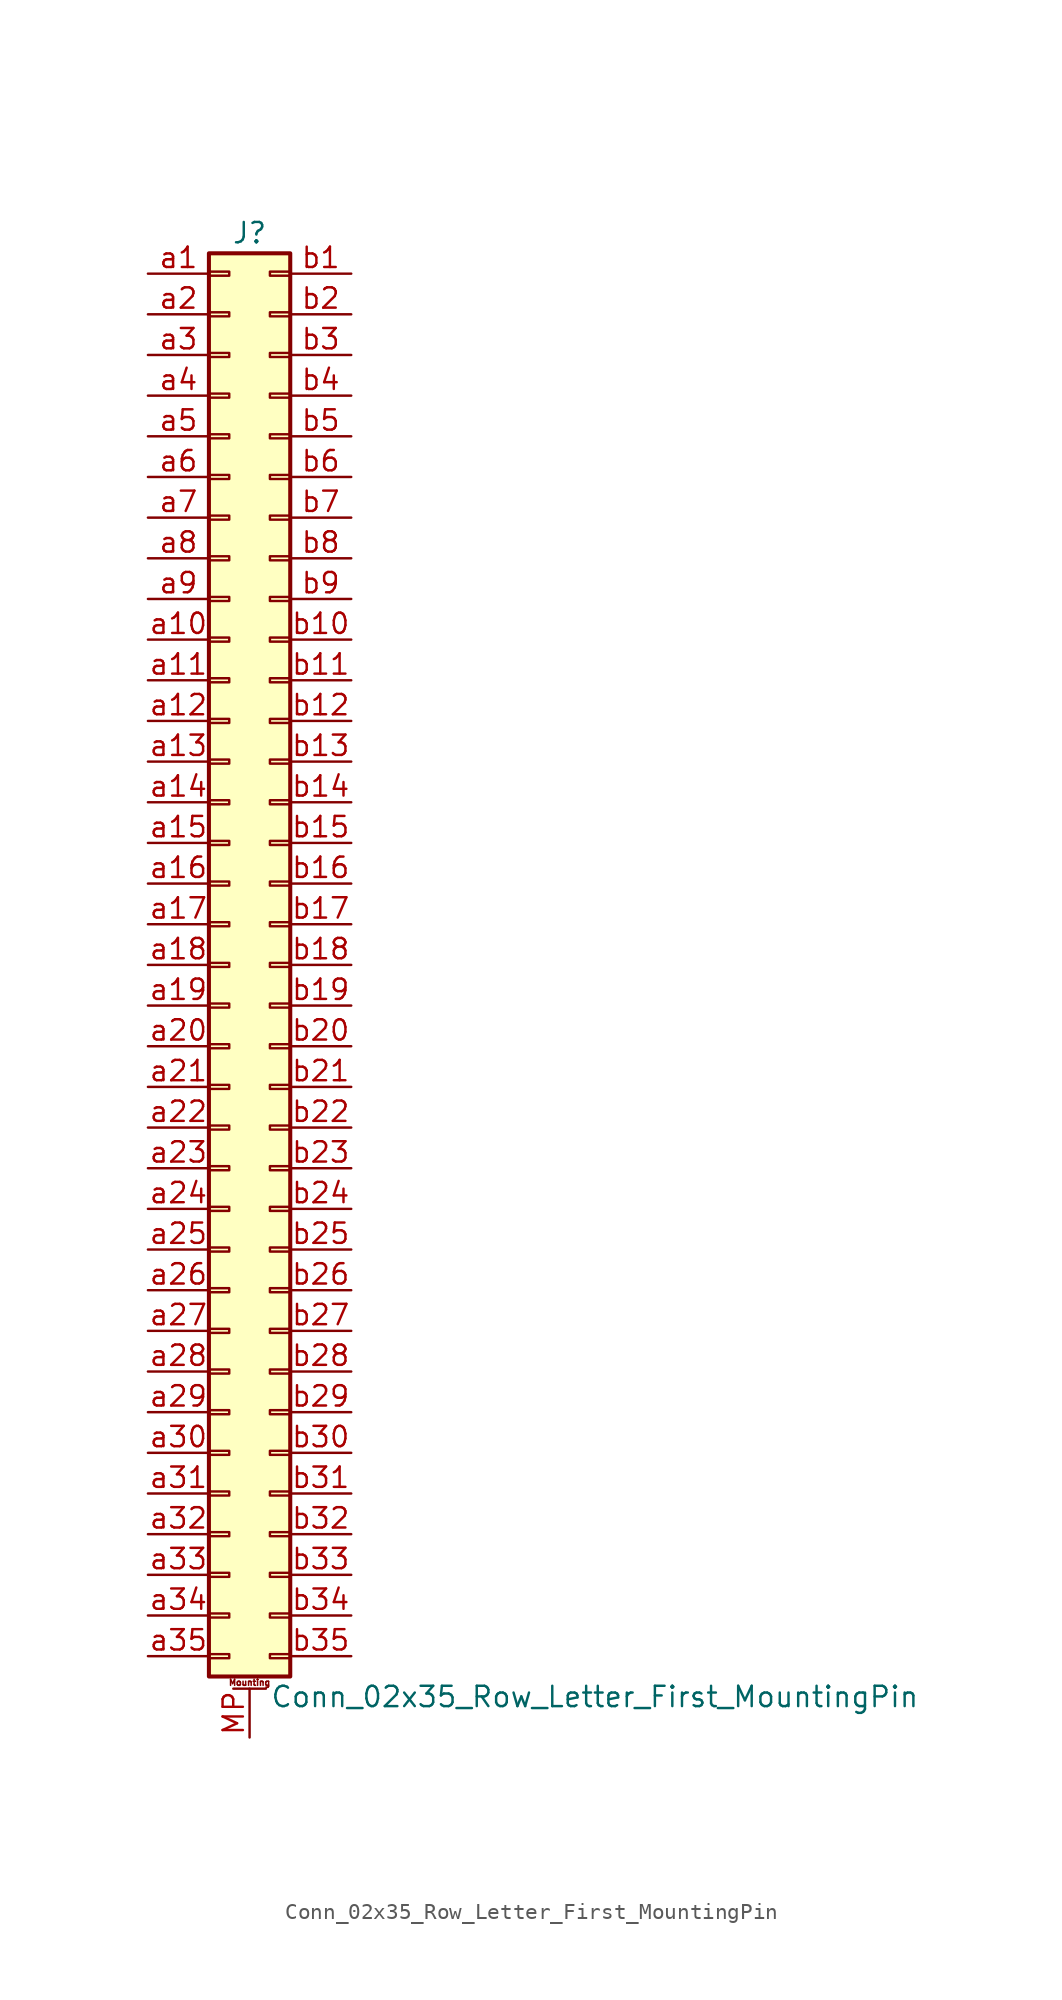
<source format=kicad_sym>
(kicad_symbol_lib
  (version 20201005)
  (generator kicad_symbol_editor)
  (symbol "Conn_02x35_Row_Letter_First_MountingPin"
    (pin_names
      (offset 1.016) hide)
    (property "Reference" "J"
      (at 1.27 45.72 0)
      (effects (font (size 1.27 1.27))))
    (property "Value" "Conn_02x35_Row_Letter_First_MountingPin"
      (at 2.54 -45.72 0)
      (effects (font (size 1.27 1.27)) (justify left)))
    (symbol "Conn_02x35_Row_Letter_First_MountingPin_1_1"
      (text "Mounting" (at 1.27 -44.831 0) (effects (font (size 0.381 0.381))))
      (rectangle (start -1.27 -43.053) (end 0 -43.307) (stroke (width 0.152)) (fill (type none)))
      (rectangle (start -1.27 -40.513) (end 0 -40.767) (stroke (width 0.152)) (fill (type none)))
      (rectangle (start -1.27 -37.973) (end 0 -38.227) (stroke (width 0.152)) (fill (type none)))
      (rectangle (start -1.27 -35.433) (end 0 -35.687) (stroke (width 0.152)) (fill (type none)))
      (rectangle (start -1.27 -32.893) (end 0 -33.147) (stroke (width 0.152)) (fill (type none)))
      (rectangle (start -1.27 -30.353) (end 0 -30.607) (stroke (width 0.152)) (fill (type none)))
      (rectangle (start -1.27 -27.813) (end 0 -28.067) (stroke (width 0.152)) (fill (type none)))
      (rectangle (start -1.27 -25.273) (end 0 -25.527) (stroke (width 0.152)) (fill (type none)))
      (rectangle (start -1.27 -22.733) (end 0 -22.987) (stroke (width 0.152)) (fill (type none)))
      (rectangle (start -1.27 -20.193) (end 0 -20.447) (stroke (width 0.152)) (fill (type none)))
      (rectangle (start -1.27 -17.653) (end 0 -17.907) (stroke (width 0.152)) (fill (type none)))
      (rectangle (start -1.27 -15.113) (end 0 -15.367) (stroke (width 0.152)) (fill (type none)))
      (rectangle (start -1.27 -12.573) (end 0 -12.827) (stroke (width 0.152)) (fill (type none)))
      (rectangle (start -1.27 -10.033) (end 0 -10.287) (stroke (width 0.152)) (fill (type none)))
      (rectangle (start -1.27 -7.493) (end 0 -7.747) (stroke (width 0.152)) (fill (type none)))
      (rectangle (start -1.27 -4.953) (end 0 -5.207) (stroke (width 0.152)) (fill (type none)))
      (rectangle (start -1.27 -2.413) (end 0 -2.667) (stroke (width 0.152)) (fill (type none)))
      (rectangle (start -1.27 0.127) (end 0 -0.127) (stroke (width 0.152)) (fill (type none)))
      (rectangle (start -1.27 2.667) (end 0 2.413) (stroke (width 0.152)) (fill (type none)))
      (rectangle (start -1.27 5.207) (end 0 4.953) (stroke (width 0.152)) (fill (type none)))
      (rectangle (start -1.27 7.747) (end 0 7.493) (stroke (width 0.152)) (fill (type none)))
      (rectangle (start -1.27 10.287) (end 0 10.033) (stroke (width 0.152)) (fill (type none)))
      (rectangle (start -1.27 12.827) (end 0 12.573) (stroke (width 0.152)) (fill (type none)))
      (rectangle (start -1.27 15.367) (end 0 15.113) (stroke (width 0.152)) (fill (type none)))
      (rectangle (start -1.27 17.907) (end 0 17.653) (stroke (width 0.152)) (fill (type none)))
      (rectangle (start -1.27 20.447) (end 0 20.193) (stroke (width 0.152)) (fill (type none)))
      (rectangle (start -1.27 22.987) (end 0 22.733) (stroke (width 0.152)) (fill (type none)))
      (rectangle (start -1.27 25.527) (end 0 25.273) (stroke (width 0.152)) (fill (type none)))
      (rectangle (start -1.27 28.067) (end 0 27.813) (stroke (width 0.152)) (fill (type none)))
      (rectangle (start -1.27 30.607) (end 0 30.353) (stroke (width 0.152)) (fill (type none)))
      (rectangle (start -1.27 33.147) (end 0 32.893) (stroke (width 0.152)) (fill (type none)))
      (rectangle (start -1.27 35.687) (end 0 35.433) (stroke (width 0.152)) (fill (type none)))
      (rectangle (start -1.27 38.227) (end 0 37.973) (stroke (width 0.152)) (fill (type none)))
      (rectangle (start -1.27 40.767) (end 0 40.513) (stroke (width 0.152)) (fill (type none)))
      (rectangle (start -1.27 43.307) (end 0 43.053) (stroke (width 0.152)) (fill (type none)))
      (rectangle (start 3.81 -43.053) (end 2.54 -43.307) (stroke (width 0.152)) (fill (type none)))
      (rectangle (start 3.81 -40.513) (end 2.54 -40.767) (stroke (width 0.152)) (fill (type none)))
      (rectangle (start 3.81 -37.973) (end 2.54 -38.227) (stroke (width 0.152)) (fill (type none)))
      (rectangle (start 3.81 -35.433) (end 2.54 -35.687) (stroke (width 0.152)) (fill (type none)))
      (rectangle (start 3.81 -32.893) (end 2.54 -33.147) (stroke (width 0.152)) (fill (type none)))
      (rectangle (start 3.81 -30.353) (end 2.54 -30.607) (stroke (width 0.152)) (fill (type none)))
      (rectangle (start 3.81 -27.813) (end 2.54 -28.067) (stroke (width 0.152)) (fill (type none)))
      (rectangle (start 3.81 -25.273) (end 2.54 -25.527) (stroke (width 0.152)) (fill (type none)))
      (rectangle (start 3.81 -22.733) (end 2.54 -22.987) (stroke (width 0.152)) (fill (type none)))
      (rectangle (start 3.81 -20.193) (end 2.54 -20.447) (stroke (width 0.152)) (fill (type none)))
      (rectangle (start 3.81 -17.653) (end 2.54 -17.907) (stroke (width 0.152)) (fill (type none)))
      (rectangle (start 3.81 -15.113) (end 2.54 -15.367) (stroke (width 0.152)) (fill (type none)))
      (rectangle (start 3.81 -12.573) (end 2.54 -12.827) (stroke (width 0.152)) (fill (type none)))
      (rectangle (start 3.81 -10.033) (end 2.54 -10.287) (stroke (width 0.152)) (fill (type none)))
      (rectangle (start 3.81 -7.493) (end 2.54 -7.747) (stroke (width 0.152)) (fill (type none)))
      (rectangle (start 3.81 -4.953) (end 2.54 -5.207) (stroke (width 0.152)) (fill (type none)))
      (rectangle (start 3.81 -2.413) (end 2.54 -2.667) (stroke (width 0.152)) (fill (type none)))
      (rectangle (start 3.81 0.127) (end 2.54 -0.127) (stroke (width 0.152)) (fill (type none)))
      (rectangle (start 3.81 2.667) (end 2.54 2.413) (stroke (width 0.152)) (fill (type none)))
      (rectangle (start 3.81 5.207) (end 2.54 4.953) (stroke (width 0.152)) (fill (type none)))
      (rectangle (start 3.81 7.747) (end 2.54 7.493) (stroke (width 0.152)) (fill (type none)))
      (rectangle (start 3.81 10.287) (end 2.54 10.033) (stroke (width 0.152)) (fill (type none)))
      (rectangle (start 3.81 12.827) (end 2.54 12.573) (stroke (width 0.152)) (fill (type none)))
      (rectangle (start 3.81 15.367) (end 2.54 15.113) (stroke (width 0.152)) (fill (type none)))
      (rectangle (start 3.81 17.907) (end 2.54 17.653) (stroke (width 0.152)) (fill (type none)))
      (rectangle (start 3.81 20.447) (end 2.54 20.193) (stroke (width 0.152)) (fill (type none)))
      (rectangle (start 3.81 22.987) (end 2.54 22.733) (stroke (width 0.152)) (fill (type none)))
      (rectangle (start 3.81 25.527) (end 2.54 25.273) (stroke (width 0.152)) (fill (type none)))
      (rectangle (start 3.81 28.067) (end 2.54 27.813) (stroke (width 0.152)) (fill (type none)))
      (rectangle (start 3.81 30.607) (end 2.54 30.353) (stroke (width 0.152)) (fill (type none)))
      (rectangle (start 3.81 33.147) (end 2.54 32.893) (stroke (width 0.152)) (fill (type none)))
      (rectangle (start 3.81 35.687) (end 2.54 35.433) (stroke (width 0.152)) (fill (type none)))
      (rectangle (start 3.81 38.227) (end 2.54 37.973) (stroke (width 0.152)) (fill (type none)))
      (rectangle (start 3.81 40.767) (end 2.54 40.513) (stroke (width 0.152)) (fill (type none)))
      (rectangle (start 3.81 43.307) (end 2.54 43.053) (stroke (width 0.152)) (fill (type none)))
      (rectangle (start -1.27 44.45) (end 3.81 -44.45) (stroke (width 0.254)) (fill (type background)))
      (polyline (pts (xy 0.254 -45.212) (xy 2.286 -45.212)) (stroke (width 0.152)) (fill (type none)))
      (pin passive line (at 1.27 -48.26 90) (length 3.048) (name "MountPin" (effects (font (size 1.27 1.27)))) (number "MP" (effects (font (size 1.27 1.27)))))
      (pin passive line (at -5.08 43.18 0) (length 3.81) (name "Pin_a1" (effects (font (size 1.27 1.27)))) (number "a1" (effects (font (size 1.27 1.27)))))
      (pin passive line (at -5.08 20.32 0) (length 3.81) (name "Pin_a10" (effects (font (size 1.27 1.27)))) (number "a10" (effects (font (size 1.27 1.27)))))
      (pin passive line (at -5.08 17.78 0) (length 3.81) (name "Pin_a11" (effects (font (size 1.27 1.27)))) (number "a11" (effects (font (size 1.27 1.27)))))
      (pin passive line (at -5.08 15.24 0) (length 3.81) (name "Pin_a12" (effects (font (size 1.27 1.27)))) (number "a12" (effects (font (size 1.27 1.27)))))
      (pin passive line (at -5.08 12.7 0) (length 3.81) (name "Pin_a13" (effects (font (size 1.27 1.27)))) (number "a13" (effects (font (size 1.27 1.27)))))
      (pin passive line (at -5.08 10.16 0) (length 3.81) (name "Pin_a14" (effects (font (size 1.27 1.27)))) (number "a14" (effects (font (size 1.27 1.27)))))
      (pin passive line (at -5.08 7.62 0) (length 3.81) (name "Pin_a15" (effects (font (size 1.27 1.27)))) (number "a15" (effects (font (size 1.27 1.27)))))
      (pin passive line (at -5.08 5.08 0) (length 3.81) (name "Pin_a16" (effects (font (size 1.27 1.27)))) (number "a16" (effects (font (size 1.27 1.27)))))
      (pin passive line (at -5.08 2.54 0) (length 3.81) (name "Pin_a17" (effects (font (size 1.27 1.27)))) (number "a17" (effects (font (size 1.27 1.27)))))
      (pin passive line (at -5.08 0 0) (length 3.81) (name "Pin_a18" (effects (font (size 1.27 1.27)))) (number "a18" (effects (font (size 1.27 1.27)))))
      (pin passive line (at -5.08 -2.54 0) (length 3.81) (name "Pin_a19" (effects (font (size 1.27 1.27)))) (number "a19" (effects (font (size 1.27 1.27)))))
      (pin passive line (at -5.08 40.64 0) (length 3.81) (name "Pin_a2" (effects (font (size 1.27 1.27)))) (number "a2" (effects (font (size 1.27 1.27)))))
      (pin passive line (at -5.08 -5.08 0) (length 3.81) (name "Pin_a20" (effects (font (size 1.27 1.27)))) (number "a20" (effects (font (size 1.27 1.27)))))
      (pin passive line (at -5.08 -7.62 0) (length 3.81) (name "Pin_a21" (effects (font (size 1.27 1.27)))) (number "a21" (effects (font (size 1.27 1.27)))))
      (pin passive line (at -5.08 -10.16 0) (length 3.81) (name "Pin_a22" (effects (font (size 1.27 1.27)))) (number "a22" (effects (font (size 1.27 1.27)))))
      (pin passive line (at -5.08 -12.7 0) (length 3.81) (name "Pin_a23" (effects (font (size 1.27 1.27)))) (number "a23" (effects (font (size 1.27 1.27)))))
      (pin passive line (at -5.08 -15.24 0) (length 3.81) (name "Pin_a24" (effects (font (size 1.27 1.27)))) (number "a24" (effects (font (size 1.27 1.27)))))
      (pin passive line (at -5.08 -17.78 0) (length 3.81) (name "Pin_a25" (effects (font (size 1.27 1.27)))) (number "a25" (effects (font (size 1.27 1.27)))))
      (pin passive line (at -5.08 -20.32 0) (length 3.81) (name "Pin_a26" (effects (font (size 1.27 1.27)))) (number "a26" (effects (font (size 1.27 1.27)))))
      (pin passive line (at -5.08 -22.86 0) (length 3.81) (name "Pin_a27" (effects (font (size 1.27 1.27)))) (number "a27" (effects (font (size 1.27 1.27)))))
      (pin passive line (at -5.08 -25.4 0) (length 3.81) (name "Pin_a28" (effects (font (size 1.27 1.27)))) (number "a28" (effects (font (size 1.27 1.27)))))
      (pin passive line (at -5.08 -27.94 0) (length 3.81) (name "Pin_a29" (effects (font (size 1.27 1.27)))) (number "a29" (effects (font (size 1.27 1.27)))))
      (pin passive line (at -5.08 38.1 0) (length 3.81) (name "Pin_a3" (effects (font (size 1.27 1.27)))) (number "a3" (effects (font (size 1.27 1.27)))))
      (pin passive line (at -5.08 -30.48 0) (length 3.81) (name "Pin_a30" (effects (font (size 1.27 1.27)))) (number "a30" (effects (font (size 1.27 1.27)))))
      (pin passive line (at -5.08 -33.02 0) (length 3.81) (name "Pin_a31" (effects (font (size 1.27 1.27)))) (number "a31" (effects (font (size 1.27 1.27)))))
      (pin passive line (at -5.08 -35.56 0) (length 3.81) (name "Pin_a32" (effects (font (size 1.27 1.27)))) (number "a32" (effects (font (size 1.27 1.27)))))
      (pin passive line (at -5.08 -38.1 0) (length 3.81) (name "Pin_a33" (effects (font (size 1.27 1.27)))) (number "a33" (effects (font (size 1.27 1.27)))))
      (pin passive line (at -5.08 -40.64 0) (length 3.81) (name "Pin_a34" (effects (font (size 1.27 1.27)))) (number "a34" (effects (font (size 1.27 1.27)))))
      (pin passive line (at -5.08 -43.18 0) (length 3.81) (name "Pin_a35" (effects (font (size 1.27 1.27)))) (number "a35" (effects (font (size 1.27 1.27)))))
      (pin passive line (at -5.08 35.56 0) (length 3.81) (name "Pin_a4" (effects (font (size 1.27 1.27)))) (number "a4" (effects (font (size 1.27 1.27)))))
      (pin passive line (at -5.08 33.02 0) (length 3.81) (name "Pin_a5" (effects (font (size 1.27 1.27)))) (number "a5" (effects (font (size 1.27 1.27)))))
      (pin passive line (at -5.08 30.48 0) (length 3.81) (name "Pin_a6" (effects (font (size 1.27 1.27)))) (number "a6" (effects (font (size 1.27 1.27)))))
      (pin passive line (at -5.08 27.94 0) (length 3.81) (name "Pin_a7" (effects (font (size 1.27 1.27)))) (number "a7" (effects (font (size 1.27 1.27)))))
      (pin passive line (at -5.08 25.4 0) (length 3.81) (name "Pin_a8" (effects (font (size 1.27 1.27)))) (number "a8" (effects (font (size 1.27 1.27)))))
      (pin passive line (at -5.08 22.86 0) (length 3.81) (name "Pin_a9" (effects (font (size 1.27 1.27)))) (number "a9" (effects (font (size 1.27 1.27)))))
      (pin passive line (at 7.62 43.18 180) (length 3.81) (name "Pin_b1" (effects (font (size 1.27 1.27)))) (number "b1" (effects (font (size 1.27 1.27)))))
      (pin passive line (at 7.62 20.32 180) (length 3.81) (name "Pin_b10" (effects (font (size 1.27 1.27)))) (number "b10" (effects (font (size 1.27 1.27)))))
      (pin passive line (at 7.62 17.78 180) (length 3.81) (name "Pin_b11" (effects (font (size 1.27 1.27)))) (number "b11" (effects (font (size 1.27 1.27)))))
      (pin passive line (at 7.62 15.24 180) (length 3.81) (name "Pin_b12" (effects (font (size 1.27 1.27)))) (number "b12" (effects (font (size 1.27 1.27)))))
      (pin passive line (at 7.62 12.7 180) (length 3.81) (name "Pin_b13" (effects (font (size 1.27 1.27)))) (number "b13" (effects (font (size 1.27 1.27)))))
      (pin passive line (at 7.62 10.16 180) (length 3.81) (name "Pin_b14" (effects (font (size 1.27 1.27)))) (number "b14" (effects (font (size 1.27 1.27)))))
      (pin passive line (at 7.62 7.62 180) (length 3.81) (name "Pin_b15" (effects (font (size 1.27 1.27)))) (number "b15" (effects (font (size 1.27 1.27)))))
      (pin passive line (at 7.62 5.08 180) (length 3.81) (name "Pin_b16" (effects (font (size 1.27 1.27)))) (number "b16" (effects (font (size 1.27 1.27)))))
      (pin passive line (at 7.62 2.54 180) (length 3.81) (name "Pin_b17" (effects (font (size 1.27 1.27)))) (number "b17" (effects (font (size 1.27 1.27)))))
      (pin passive line (at 7.62 0 180) (length 3.81) (name "Pin_b18" (effects (font (size 1.27 1.27)))) (number "b18" (effects (font (size 1.27 1.27)))))
      (pin passive line (at 7.62 -2.54 180) (length 3.81) (name "Pin_b19" (effects (font (size 1.27 1.27)))) (number "b19" (effects (font (size 1.27 1.27)))))
      (pin passive line (at 7.62 40.64 180) (length 3.81) (name "Pin_b2" (effects (font (size 1.27 1.27)))) (number "b2" (effects (font (size 1.27 1.27)))))
      (pin passive line (at 7.62 -5.08 180) (length 3.81) (name "Pin_b20" (effects (font (size 1.27 1.27)))) (number "b20" (effects (font (size 1.27 1.27)))))
      (pin passive line (at 7.62 -7.62 180) (length 3.81) (name "Pin_b21" (effects (font (size 1.27 1.27)))) (number "b21" (effects (font (size 1.27 1.27)))))
      (pin passive line (at 7.62 -10.16 180) (length 3.81) (name "Pin_b22" (effects (font (size 1.27 1.27)))) (number "b22" (effects (font (size 1.27 1.27)))))
      (pin passive line (at 7.62 -12.7 180) (length 3.81) (name "Pin_b23" (effects (font (size 1.27 1.27)))) (number "b23" (effects (font (size 1.27 1.27)))))
      (pin passive line (at 7.62 -15.24 180) (length 3.81) (name "Pin_b24" (effects (font (size 1.27 1.27)))) (number "b24" (effects (font (size 1.27 1.27)))))
      (pin passive line (at 7.62 -17.78 180) (length 3.81) (name "Pin_b25" (effects (font (size 1.27 1.27)))) (number "b25" (effects (font (size 1.27 1.27)))))
      (pin passive line (at 7.62 -20.32 180) (length 3.81) (name "Pin_b26" (effects (font (size 1.27 1.27)))) (number "b26" (effects (font (size 1.27 1.27)))))
      (pin passive line (at 7.62 -22.86 180) (length 3.81) (name "Pin_b27" (effects (font (size 1.27 1.27)))) (number "b27" (effects (font (size 1.27 1.27)))))
      (pin passive line (at 7.62 -25.4 180) (length 3.81) (name "Pin_b28" (effects (font (size 1.27 1.27)))) (number "b28" (effects (font (size 1.27 1.27)))))
      (pin passive line (at 7.62 -27.94 180) (length 3.81) (name "Pin_b29" (effects (font (size 1.27 1.27)))) (number "b29" (effects (font (size 1.27 1.27)))))
      (pin passive line (at 7.62 38.1 180) (length 3.81) (name "Pin_b3" (effects (font (size 1.27 1.27)))) (number "b3" (effects (font (size 1.27 1.27)))))
      (pin passive line (at 7.62 -30.48 180) (length 3.81) (name "Pin_b30" (effects (font (size 1.27 1.27)))) (number "b30" (effects (font (size 1.27 1.27)))))
      (pin passive line (at 7.62 -33.02 180) (length 3.81) (name "Pin_b31" (effects (font (size 1.27 1.27)))) (number "b31" (effects (font (size 1.27 1.27)))))
      (pin passive line (at 7.62 -35.56 180) (length 3.81) (name "Pin_b32" (effects (font (size 1.27 1.27)))) (number "b32" (effects (font (size 1.27 1.27)))))
      (pin passive line (at 7.62 -38.1 180) (length 3.81) (name "Pin_b33" (effects (font (size 1.27 1.27)))) (number "b33" (effects (font (size 1.27 1.27)))))
      (pin passive line (at 7.62 -40.64 180) (length 3.81) (name "Pin_b34" (effects (font (size 1.27 1.27)))) (number "b34" (effects (font (size 1.27 1.27)))))
      (pin passive line (at 7.62 -43.18 180) (length 3.81) (name "Pin_b35" (effects (font (size 1.27 1.27)))) (number "b35" (effects (font (size 1.27 1.27)))))
      (pin passive line (at 7.62 35.56 180) (length 3.81) (name "Pin_b4" (effects (font (size 1.27 1.27)))) (number "b4" (effects (font (size 1.27 1.27)))))
      (pin passive line (at 7.62 33.02 180) (length 3.81) (name "Pin_b5" (effects (font (size 1.27 1.27)))) (number "b5" (effects (font (size 1.27 1.27)))))
      (pin passive line (at 7.62 30.48 180) (length 3.81) (name "Pin_b6" (effects (font (size 1.27 1.27)))) (number "b6" (effects (font (size 1.27 1.27)))))
      (pin passive line (at 7.62 27.94 180) (length 3.81) (name "Pin_b7" (effects (font (size 1.27 1.27)))) (number "b7" (effects (font (size 1.27 1.27)))))
      (pin passive line (at 7.62 25.4 180) (length 3.81) (name "Pin_b8" (effects (font (size 1.27 1.27)))) (number "b8" (effects (font (size 1.27 1.27)))))
      (pin passive line (at 7.62 22.86 180) (length 3.81) (name "Pin_b9" (effects (font (size 1.27 1.27)))) (number "b9" (effects (font (size 1.27 1.27))))))))
</source>
